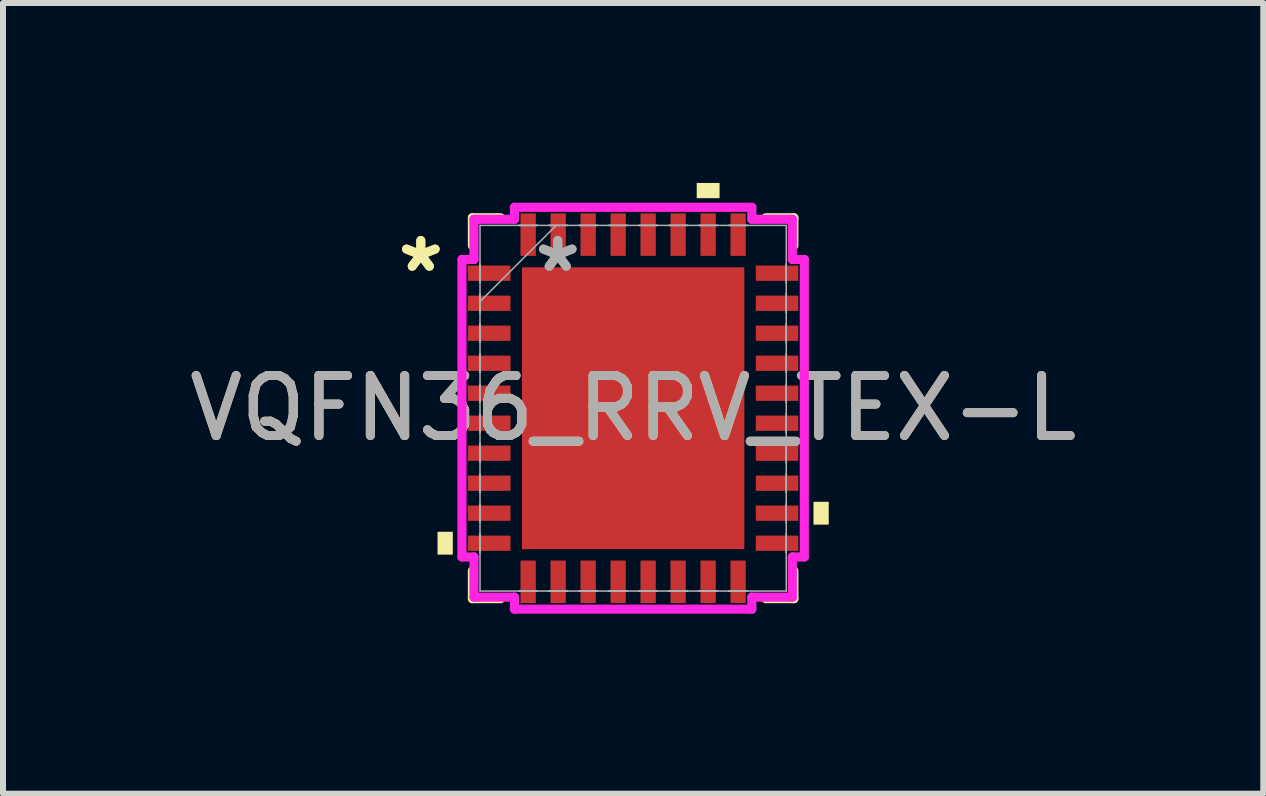
<source format=kicad_pcb>
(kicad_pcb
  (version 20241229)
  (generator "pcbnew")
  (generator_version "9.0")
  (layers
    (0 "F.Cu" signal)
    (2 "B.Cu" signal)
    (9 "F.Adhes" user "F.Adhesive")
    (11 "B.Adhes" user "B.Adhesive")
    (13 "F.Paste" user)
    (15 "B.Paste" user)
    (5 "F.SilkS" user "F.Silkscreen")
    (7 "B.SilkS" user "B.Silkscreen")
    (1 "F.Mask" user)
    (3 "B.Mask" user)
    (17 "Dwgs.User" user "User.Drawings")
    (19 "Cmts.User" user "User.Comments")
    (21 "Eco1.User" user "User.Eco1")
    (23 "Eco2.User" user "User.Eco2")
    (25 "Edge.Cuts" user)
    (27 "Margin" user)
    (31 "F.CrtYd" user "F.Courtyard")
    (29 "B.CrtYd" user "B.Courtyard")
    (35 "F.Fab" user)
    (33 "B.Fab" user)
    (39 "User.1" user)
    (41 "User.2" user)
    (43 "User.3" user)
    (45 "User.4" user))
  (footprint "VQFN36_RRV_TEX-L"
    (layer "F.Cu")
    (at 7.506 3.756)
    (property "Reference" "VQFN36_RRV_TEX-L" (at 0 0 0) (unlocked yes) (layer "F.SilkS") (effects (font (size 1 1) (thickness 0.15))))
    (attr smd)
    (fp_line (start -2.68 -3.175) (end -2.68 -2.711) (stroke (width 0.152) (type solid)) (layer "F.SilkS"))
    (fp_line (start -2.68 2.711) (end -2.68 3.175) (stroke (width 0.152) (type solid)) (layer "F.SilkS"))
    (fp_line (start -2.68 3.175) (end -2.211 3.175) (stroke (width 0.152) (type solid)) (layer "F.SilkS"))
    (fp_line (start -2.211 -3.175) (end -2.68 -3.175) (stroke (width 0.152) (type solid)) (layer "F.SilkS"))
    (fp_line (start 2.211 3.175) (end 2.68 3.175) (stroke (width 0.152) (type solid)) (layer "F.SilkS"))
    (fp_line (start 2.68 -3.175) (end 2.211 -3.175) (stroke (width 0.152) (type solid)) (layer "F.SilkS"))
    (fp_line (start 2.68 -2.711) (end 2.68 -3.175) (stroke (width 0.152) (type solid)) (layer "F.SilkS"))
    (fp_line (start 2.68 3.175) (end 2.68 2.711) (stroke (width 0.152) (type solid)) (layer "F.SilkS"))
    (fp_poly (pts (xy -3.261 2.06) (xy -3.261 2.441) (xy -3.007 2.441) (xy -3.007 2.06)) (stroke (width 0) (type solid)) (fill yes) (layer "F.SilkS"))
    (fp_poly (pts (xy 1.06 -3.502) (xy 1.06 -3.756) (xy 1.441 -3.756) (xy 1.441 -3.502)) (stroke (width 0) (type solid)) (fill yes) (layer "F.SilkS"))
    (fp_poly (pts (xy 3.261 1.56) (xy 3.261 1.941) (xy 3.007 1.941) (xy 3.007 1.56)) (stroke (width 0) (type solid)) (fill yes) (layer "F.SilkS"))
    (fp_line (start -2.854 -2.48) (end -2.654 -2.48) (stroke (width 0.152) (type solid)) (layer "F.CrtYd"))
    (fp_line (start -2.854 2.48) (end -2.854 -2.48) (stroke (width 0.152) (type solid)) (layer "F.CrtYd"))
    (fp_line (start -2.654 -3.15) (end -1.979 -3.15) (stroke (width 0.152) (type solid)) (layer "F.CrtYd"))
    (fp_line (start -2.654 -2.48) (end -2.654 -3.15) (stroke (width 0.152) (type solid)) (layer "F.CrtYd"))
    (fp_line (start -2.654 2.48) (end -2.854 2.48) (stroke (width 0.152) (type solid)) (layer "F.CrtYd"))
    (fp_line (start -2.654 3.15) (end -2.654 2.48) (stroke (width 0.152) (type solid)) (layer "F.CrtYd"))
    (fp_line (start -1.979 -3.35) (end 1.979 -3.35) (stroke (width 0.152) (type solid)) (layer "F.CrtYd"))
    (fp_line (start -1.979 -3.15) (end -1.979 -3.35) (stroke (width 0.152) (type solid)) (layer "F.CrtYd"))
    (fp_line (start -1.979 3.15) (end -2.654 3.15) (stroke (width 0.152) (type solid)) (layer "F.CrtYd"))
    (fp_line (start -1.979 3.35) (end -1.979 3.15) (stroke (width 0.152) (type solid)) (layer "F.CrtYd"))
    (fp_line (start 1.979 -3.35) (end 1.979 -3.15) (stroke (width 0.152) (type solid)) (layer "F.CrtYd"))
    (fp_line (start 1.979 -3.15) (end 2.654 -3.15) (stroke (width 0.152) (type solid)) (layer "F.CrtYd"))
    (fp_line (start 1.979 3.15) (end 1.979 3.35) (stroke (width 0.152) (type solid)) (layer "F.CrtYd"))
    (fp_line (start 1.979 3.35) (end -1.979 3.35) (stroke (width 0.152) (type solid)) (layer "F.CrtYd"))
    (fp_line (start 2.654 -3.15) (end 2.654 -2.48) (stroke (width 0.152) (type solid)) (layer "F.CrtYd"))
    (fp_line (start 2.654 -2.48) (end 2.854 -2.48) (stroke (width 0.152) (type solid)) (layer "F.CrtYd"))
    (fp_line (start 2.654 2.48) (end 2.654 3.15) (stroke (width 0.152) (type solid)) (layer "F.CrtYd"))
    (fp_line (start 2.654 3.15) (end 1.979 3.15) (stroke (width 0.152) (type solid)) (layer "F.CrtYd"))
    (fp_line (start 2.854 -2.48) (end 2.854 2.48) (stroke (width 0.152) (type solid)) (layer "F.CrtYd"))
    (fp_line (start 2.854 2.48) (end 2.654 2.48) (stroke (width 0.152) (type solid)) (layer "F.CrtYd"))
    (fp_line (start -2.553 -3.048) (end -2.553 3.048) (stroke (width 0.025) (type solid)) (layer "F.Fab"))
    (fp_line (start -2.553 -2.403) (end -2.553 -2.403) (stroke (width 0.025) (type solid)) (layer "F.Fab"))
    (fp_line (start -2.553 -2.403) (end -2.553 -2.098) (stroke (width 0.025) (type solid)) (layer "F.Fab"))
    (fp_line (start -2.553 -2.098) (end -2.553 -2.403) (stroke (width 0.025) (type solid)) (layer "F.Fab"))
    (fp_line (start -2.553 -2.098) (end -2.553 -2.098) (stroke (width 0.025) (type solid)) (layer "F.Fab"))
    (fp_line (start -2.553 -1.903) (end -2.553 -1.903) (stroke (width 0.025) (type solid)) (layer "F.Fab"))
    (fp_line (start -2.553 -1.903) (end -2.553 -1.598) (stroke (width 0.025) (type solid)) (layer "F.Fab"))
    (fp_line (start -2.553 -1.778) (end -1.283 -3.048) (stroke (width 0.025) (type solid)) (layer "F.Fab"))
    (fp_line (start -2.553 -1.598) (end -2.553 -1.903) (stroke (width 0.025) (type solid)) (layer "F.Fab"))
    (fp_line (start -2.553 -1.598) (end -2.553 -1.598) (stroke (width 0.025) (type solid)) (layer "F.Fab"))
    (fp_line (start -2.553 -1.403) (end -2.553 -1.403) (stroke (width 0.025) (type solid)) (layer "F.Fab"))
    (fp_line (start -2.553 -1.403) (end -2.553 -1.098) (stroke (width 0.025) (type solid)) (layer "F.Fab"))
    (fp_line (start -2.553 -1.098) (end -2.553 -1.403) (stroke (width 0.025) (type solid)) (layer "F.Fab"))
    (fp_line (start -2.553 -1.098) (end -2.553 -1.098) (stroke (width 0.025) (type solid)) (layer "F.Fab"))
    (fp_line (start -2.553 -0.903) (end -2.553 -0.903) (stroke (width 0.025) (type solid)) (layer "F.Fab"))
    (fp_line (start -2.553 -0.903) (end -2.553 -0.598) (stroke (width 0.025) (type solid)) (layer "F.Fab"))
    (fp_line (start -2.553 -0.598) (end -2.553 -0.903) (stroke (width 0.025) (type solid)) (layer "F.Fab"))
    (fp_line (start -2.553 -0.598) (end -2.553 -0.598) (stroke (width 0.025) (type solid)) (layer "F.Fab"))
    (fp_line (start -2.553 -0.402) (end -2.553 -0.402) (stroke (width 0.025) (type solid)) (layer "F.Fab"))
    (fp_line (start -2.553 -0.402) (end -2.553 -0.098) (stroke (width 0.025) (type solid)) (layer "F.Fab"))
    (fp_line (start -2.553 -0.098) (end -2.553 -0.402) (stroke (width 0.025) (type solid)) (layer "F.Fab"))
    (fp_line (start -2.553 -0.098) (end -2.553 -0.098) (stroke (width 0.025) (type solid)) (layer "F.Fab"))
    (fp_line (start -2.553 0.098) (end -2.553 0.098) (stroke (width 0.025) (type solid)) (layer "F.Fab"))
    (fp_line (start -2.553 0.098) (end -2.553 0.402) (stroke (width 0.025) (type solid)) (layer "F.Fab"))
    (fp_line (start -2.553 0.402) (end -2.553 0.098) (stroke (width 0.025) (type solid)) (layer "F.Fab"))
    (fp_line (start -2.553 0.402) (end -2.553 0.402) (stroke (width 0.025) (type solid)) (layer "F.Fab"))
    (fp_line (start -2.553 0.598) (end -2.553 0.598) (stroke (width 0.025) (type solid)) (layer "F.Fab"))
    (fp_line (start -2.553 0.598) (end -2.553 0.903) (stroke (width 0.025) (type solid)) (layer "F.Fab"))
    (fp_line (start -2.553 0.903) (end -2.553 0.598) (stroke (width 0.025) (type solid)) (layer "F.Fab"))
    (fp_line (start -2.553 0.903) (end -2.553 0.903) (stroke (width 0.025) (type solid)) (layer "F.Fab"))
    (fp_line (start -2.553 1.098) (end -2.553 1.098) (stroke (width 0.025) (type solid)) (layer "F.Fab"))
    (fp_line (start -2.553 1.098) (end -2.553 1.403) (stroke (width 0.025) (type solid)) (layer "F.Fab"))
    (fp_line (start -2.553 1.403) (end -2.553 1.098) (stroke (width 0.025) (type solid)) (layer "F.Fab"))
    (fp_line (start -2.553 1.403) (end -2.553 1.403) (stroke (width 0.025) (type solid)) (layer "F.Fab"))
    (fp_line (start -2.553 1.598) (end -2.553 1.598) (stroke (width 0.025) (type solid)) (layer "F.Fab"))
    (fp_line (start -2.553 1.598) (end -2.553 1.903) (stroke (width 0.025) (type solid)) (layer "F.Fab"))
    (fp_line (start -2.553 1.903) (end -2.553 1.598) (stroke (width 0.025) (type solid)) (layer "F.Fab"))
    (fp_line (start -2.553 1.903) (end -2.553 1.903) (stroke (width 0.025) (type solid)) (layer "F.Fab"))
    (fp_line (start -2.553 2.098) (end -2.553 2.098) (stroke (width 0.025) (type solid)) (layer "F.Fab"))
    (fp_line (start -2.553 2.098) (end -2.553 2.403) (stroke (width 0.025) (type solid)) (layer "F.Fab"))
    (fp_line (start -2.553 2.403) (end -2.553 2.098) (stroke (width 0.025) (type solid)) (layer "F.Fab"))
    (fp_line (start -2.553 2.403) (end -2.553 2.403) (stroke (width 0.025) (type solid)) (layer "F.Fab"))
    (fp_line (start -2.553 3.048) (end 2.553 3.048) (stroke (width 0.025) (type solid)) (layer "F.Fab"))
    (fp_line (start -1.903 -3.048) (end -1.903 -3.048) (stroke (width 0.025) (type solid)) (layer "F.Fab"))
    (fp_line (start -1.903 -3.048) (end -1.598 -3.048) (stroke (width 0.025) (type solid)) (layer "F.Fab"))
    (fp_line (start -1.903 3.048) (end -1.903 3.048) (stroke (width 0.025) (type solid)) (layer "F.Fab"))
    (fp_line (start -1.903 3.048) (end -1.598 3.048) (stroke (width 0.025) (type solid)) (layer "F.Fab"))
    (fp_line (start -1.598 -3.048) (end -1.903 -3.048) (stroke (width 0.025) (type solid)) (layer "F.Fab"))
    (fp_line (start -1.598 -3.048) (end -1.598 -3.048) (stroke (width 0.025) (type solid)) (layer "F.Fab"))
    (fp_line (start -1.598 3.048) (end -1.903 3.048) (stroke (width 0.025) (type solid)) (layer "F.Fab"))
    (fp_line (start -1.598 3.048) (end -1.598 3.048) (stroke (width 0.025) (type solid)) (layer "F.Fab"))
    (fp_line (start -1.403 -3.048) (end -1.403 -3.048) (stroke (width 0.025) (type solid)) (layer "F.Fab"))
    (fp_line (start -1.403 -3.048) (end -1.098 -3.048) (stroke (width 0.025) (type solid)) (layer "F.Fab"))
    (fp_line (start -1.403 3.048) (end -1.403 3.048) (stroke (width 0.025) (type solid)) (layer "F.Fab"))
    (fp_line (start -1.403 3.048) (end -1.098 3.048) (stroke (width 0.025) (type solid)) (layer "F.Fab"))
    (fp_line (start -1.098 -3.048) (end -1.403 -3.048) (stroke (width 0.025) (type solid)) (layer "F.Fab"))
    (fp_line (start -1.098 -3.048) (end -1.098 -3.048) (stroke (width 0.025) (type solid)) (layer "F.Fab"))
    (fp_line (start -1.098 3.048) (end -1.403 3.048) (stroke (width 0.025) (type solid)) (layer "F.Fab"))
    (fp_line (start -1.098 3.048) (end -1.098 3.048) (stroke (width 0.025) (type solid)) (layer "F.Fab"))
    (fp_line (start -0.903 -3.048) (end -0.903 -3.048) (stroke (width 0.025) (type solid)) (layer "F.Fab"))
    (fp_line (start -0.903 -3.048) (end -0.598 -3.048) (stroke (width 0.025) (type solid)) (layer "F.Fab"))
    (fp_line (start -0.903 3.048) (end -0.903 3.048) (stroke (width 0.025) (type solid)) (layer "F.Fab"))
    (fp_line (start -0.903 3.048) (end -0.598 3.048) (stroke (width 0.025) (type solid)) (layer "F.Fab"))
    (fp_line (start -0.598 -3.048) (end -0.903 -3.048) (stroke (width 0.025) (type solid)) (layer "F.Fab"))
    (fp_line (start -0.598 -3.048) (end -0.598 -3.048) (stroke (width 0.025) (type solid)) (layer "F.Fab"))
    (fp_line (start -0.598 3.048) (end -0.903 3.048) (stroke (width 0.025) (type solid)) (layer "F.Fab"))
    (fp_line (start -0.598 3.048) (end -0.598 3.048) (stroke (width 0.025) (type solid)) (layer "F.Fab"))
    (fp_line (start -0.402 -3.048) (end -0.402 -3.048) (stroke (width 0.025) (type solid)) (layer "F.Fab"))
    (fp_line (start -0.402 -3.048) (end -0.098 -3.048) (stroke (width 0.025) (type solid)) (layer "F.Fab"))
    (fp_line (start -0.402 3.048) (end -0.402 3.048) (stroke (width 0.025) (type solid)) (layer "F.Fab"))
    (fp_line (start -0.402 3.048) (end -0.098 3.048) (stroke (width 0.025) (type solid)) (layer "F.Fab"))
    (fp_line (start -0.098 -3.048) (end -0.402 -3.048) (stroke (width 0.025) (type solid)) (layer "F.Fab"))
    (fp_line (start -0.098 -3.048) (end -0.098 -3.048) (stroke (width 0.025) (type solid)) (layer "F.Fab"))
    (fp_line (start -0.098 3.048) (end -0.402 3.048) (stroke (width 0.025) (type solid)) (layer "F.Fab"))
    (fp_line (start -0.098 3.048) (end -0.098 3.048) (stroke (width 0.025) (type solid)) (layer "F.Fab"))
    (fp_line (start 0.098 -3.048) (end 0.098 -3.048) (stroke (width 0.025) (type solid)) (layer "F.Fab"))
    (fp_line (start 0.098 -3.048) (end 0.402 -3.048) (stroke (width 0.025) (type solid)) (layer "F.Fab"))
    (fp_line (start 0.098 3.048) (end 0.098 3.048) (stroke (width 0.025) (type solid)) (layer "F.Fab"))
    (fp_line (start 0.098 3.048) (end 0.402 3.048) (stroke (width 0.025) (type solid)) (layer "F.Fab"))
    (fp_line (start 0.402 -3.048) (end 0.098 -3.048) (stroke (width 0.025) (type solid)) (layer "F.Fab"))
    (fp_line (start 0.402 -3.048) (end 0.402 -3.048) (stroke (width 0.025) (type solid)) (layer "F.Fab"))
    (fp_line (start 0.402 3.048) (end 0.098 3.048) (stroke (width 0.025) (type solid)) (layer "F.Fab"))
    (fp_line (start 0.402 3.048) (end 0.402 3.048) (stroke (width 0.025) (type solid)) (layer "F.Fab"))
    (fp_line (start 0.598 -3.048) (end 0.598 -3.048) (stroke (width 0.025) (type solid)) (layer "F.Fab"))
    (fp_line (start 0.598 -3.048) (end 0.903 -3.048) (stroke (width 0.025) (type solid)) (layer "F.Fab"))
    (fp_line (start 0.598 3.048) (end 0.598 3.048) (stroke (width 0.025) (type solid)) (layer "F.Fab"))
    (fp_line (start 0.598 3.048) (end 0.903 3.048) (stroke (width 0.025) (type solid)) (layer "F.Fab"))
    (fp_line (start 0.903 -3.048) (end 0.598 -3.048) (stroke (width 0.025) (type solid)) (layer "F.Fab"))
    (fp_line (start 0.903 -3.048) (end 0.903 -3.048) (stroke (width 0.025) (type solid)) (layer "F.Fab"))
    (fp_line (start 0.903 3.048) (end 0.598 3.048) (stroke (width 0.025) (type solid)) (layer "F.Fab"))
    (fp_line (start 0.903 3.048) (end 0.903 3.048) (stroke (width 0.025) (type solid)) (layer "F.Fab"))
    (fp_line (start 1.098 -3.048) (end 1.098 -3.048) (stroke (width 0.025) (type solid)) (layer "F.Fab"))
    (fp_line (start 1.098 -3.048) (end 1.403 -3.048) (stroke (width 0.025) (type solid)) (layer "F.Fab"))
    (fp_line (start 1.098 3.048) (end 1.098 3.048) (stroke (width 0.025) (type solid)) (layer "F.Fab"))
    (fp_line (start 1.098 3.048) (end 1.403 3.048) (stroke (width 0.025) (type solid)) (layer "F.Fab"))
    (fp_line (start 1.403 -3.048) (end 1.098 -3.048) (stroke (width 0.025) (type solid)) (layer "F.Fab"))
    (fp_line (start 1.403 -3.048) (end 1.403 -3.048) (stroke (width 0.025) (type solid)) (layer "F.Fab"))
    (fp_line (start 1.403 3.048) (end 1.098 3.048) (stroke (width 0.025) (type solid)) (layer "F.Fab"))
    (fp_line (start 1.403 3.048) (end 1.403 3.048) (stroke (width 0.025) (type solid)) (layer "F.Fab"))
    (fp_line (start 1.598 -3.048) (end 1.598 -3.048) (stroke (width 0.025) (type solid)) (layer "F.Fab"))
    (fp_line (start 1.598 -3.048) (end 1.903 -3.048) (stroke (width 0.025) (type solid)) (layer "F.Fab"))
    (fp_line (start 1.598 3.048) (end 1.598 3.048) (stroke (width 0.025) (type solid)) (layer "F.Fab"))
    (fp_line (start 1.598 3.048) (end 1.903 3.048) (stroke (width 0.025) (type solid)) (layer "F.Fab"))
    (fp_line (start 1.903 -3.048) (end 1.598 -3.048) (stroke (width 0.025) (type solid)) (layer "F.Fab"))
    (fp_line (start 1.903 -3.048) (end 1.903 -3.048) (stroke (width 0.025) (type solid)) (layer "F.Fab"))
    (fp_line (start 1.903 3.048) (end 1.598 3.048) (stroke (width 0.025) (type solid)) (layer "F.Fab"))
    (fp_line (start 1.903 3.048) (end 1.903 3.048) (stroke (width 0.025) (type solid)) (layer "F.Fab"))
    (fp_line (start 2.553 -3.048) (end -2.553 -3.048) (stroke (width 0.025) (type solid)) (layer "F.Fab"))
    (fp_line (start 2.553 -2.403) (end 2.553 -2.403) (stroke (width 0.025) (type solid)) (layer "F.Fab"))
    (fp_line (start 2.553 -2.403) (end 2.553 -2.098) (stroke (width 0.025) (type solid)) (layer "F.Fab"))
    (fp_line (start 2.553 -2.098) (end 2.553 -2.403) (stroke (width 0.025) (type solid)) (layer "F.Fab"))
    (fp_line (start 2.553 -2.098) (end 2.553 -2.098) (stroke (width 0.025) (type solid)) (layer "F.Fab"))
    (fp_line (start 2.553 -1.903) (end 2.553 -1.903) (stroke (width 0.025) (type solid)) (layer "F.Fab"))
    (fp_line (start 2.553 -1.903) (end 2.553 -1.598) (stroke (width 0.025) (type solid)) (layer "F.Fab"))
    (fp_line (start 2.553 -1.598) (end 2.553 -1.903) (stroke (width 0.025) (type solid)) (layer "F.Fab"))
    (fp_line (start 2.553 -1.598) (end 2.553 -1.598) (stroke (width 0.025) (type solid)) (layer "F.Fab"))
    (fp_line (start 2.553 -1.403) (end 2.553 -1.403) (stroke (width 0.025) (type solid)) (layer "F.Fab"))
    (fp_line (start 2.553 -1.403) (end 2.553 -1.098) (stroke (width 0.025) (type solid)) (layer "F.Fab"))
    (fp_line (start 2.553 -1.098) (end 2.553 -1.403) (stroke (width 0.025) (type solid)) (layer "F.Fab"))
    (fp_line (start 2.553 -1.098) (end 2.553 -1.098) (stroke (width 0.025) (type solid)) (layer "F.Fab"))
    (fp_line (start 2.553 -0.903) (end 2.553 -0.903) (stroke (width 0.025) (type solid)) (layer "F.Fab"))
    (fp_line (start 2.553 -0.903) (end 2.553 -0.598) (stroke (width 0.025) (type solid)) (layer "F.Fab"))
    (fp_line (start 2.553 -0.598) (end 2.553 -0.903) (stroke (width 0.025) (type solid)) (layer "F.Fab"))
    (fp_line (start 2.553 -0.598) (end 2.553 -0.598) (stroke (width 0.025) (type solid)) (layer "F.Fab"))
    (fp_line (start 2.553 -0.402) (end 2.553 -0.402) (stroke (width 0.025) (type solid)) (layer "F.Fab"))
    (fp_line (start 2.553 -0.402) (end 2.553 -0.098) (stroke (width 0.025) (type solid)) (layer "F.Fab"))
    (fp_line (start 2.553 -0.098) (end 2.553 -0.402) (stroke (width 0.025) (type solid)) (layer "F.Fab"))
    (fp_line (start 2.553 -0.098) (end 2.553 -0.098) (stroke (width 0.025) (type solid)) (layer "F.Fab"))
    (fp_line (start 2.553 0.098) (end 2.553 0.098) (stroke (width 0.025) (type solid)) (layer "F.Fab"))
    (fp_line (start 2.553 0.098) (end 2.553 0.402) (stroke (width 0.025) (type solid)) (layer "F.Fab"))
    (fp_line (start 2.553 0.402) (end 2.553 0.098) (stroke (width 0.025) (type solid)) (layer "F.Fab"))
    (fp_line (start 2.553 0.402) (end 2.553 0.402) (stroke (width 0.025) (type solid)) (layer "F.Fab"))
    (fp_line (start 2.553 0.598) (end 2.553 0.598) (stroke (width 0.025) (type solid)) (layer "F.Fab"))
    (fp_line (start 2.553 0.598) (end 2.553 0.903) (stroke (width 0.025) (type solid)) (layer "F.Fab"))
    (fp_line (start 2.553 0.903) (end 2.553 0.598) (stroke (width 0.025) (type solid)) (layer "F.Fab"))
    (fp_line (start 2.553 0.903) (end 2.553 0.903) (stroke (width 0.025) (type solid)) (layer "F.Fab"))
    (fp_line (start 2.553 1.098) (end 2.553 1.098) (stroke (width 0.025) (type solid)) (layer "F.Fab"))
    (fp_line (start 2.553 1.098) (end 2.553 1.403) (stroke (width 0.025) (type solid)) (layer "F.Fab"))
    (fp_line (start 2.553 1.403) (end 2.553 1.098) (stroke (width 0.025) (type solid)) (layer "F.Fab"))
    (fp_line (start 2.553 1.403) (end 2.553 1.403) (stroke (width 0.025) (type solid)) (layer "F.Fab"))
    (fp_line (start 2.553 1.598) (end 2.553 1.598) (stroke (width 0.025) (type solid)) (layer "F.Fab"))
    (fp_line (start 2.553 1.598) (end 2.553 1.903) (stroke (width 0.025) (type solid)) (layer "F.Fab"))
    (fp_line (start 2.553 1.903) (end 2.553 1.598) (stroke (width 0.025) (type solid)) (layer "F.Fab"))
    (fp_line (start 2.553 1.903) (end 2.553 1.903) (stroke (width 0.025) (type solid)) (layer "F.Fab"))
    (fp_line (start 2.553 2.098) (end 2.553 2.098) (stroke (width 0.025) (type solid)) (layer "F.Fab"))
    (fp_line (start 2.553 2.098) (end 2.553 2.403) (stroke (width 0.025) (type solid)) (layer "F.Fab"))
    (fp_line (start 2.553 2.403) (end 2.553 2.098) (stroke (width 0.025) (type solid)) (layer "F.Fab"))
    (fp_line (start 2.553 2.403) (end 2.553 2.403) (stroke (width 0.025) (type solid)) (layer "F.Fab"))
    (fp_line (start 2.553 3.048) (end 2.553 -3.048) (stroke (width 0.025) (type solid)) (layer "F.Fab"))
    (fp_text user "*" (at -3.54 -2.251 0) (layer "F.SilkS") (effects (font (size 1 1) (thickness 0.15))))
    (fp_text user "*" (at -3.54 -2.251 0) (unlocked yes) (layer "F.SilkS") (effects (font (size 1 1) (thickness 0.15))))
    (fp_text user "${REFERENCE}" (at 0 0 0) (unlocked yes) (layer "F.Fab") (effects (font (size 1 1) (thickness 0.15))))
    (fp_text user "*" (at -1.257 -2.251 0) (layer "F.Fab") (effects (font (size 1 1) (thickness 0.15))))
    (fp_text user "*" (at -1.257 -2.251 0) (unlocked yes) (layer "F.Fab") (effects (font (size 1 1) (thickness 0.15))))
    (pad "1" smd rect (at -2.399 -2.251 90) (size 0.255 0.708) (layers "F.Cu" "F.Mask" "F.Paste"))
    (pad "2" smd rect (at -2.399 -1.75 90) (size 0.255 0.708) (layers "F.Cu" "F.Mask" "F.Paste"))
    (pad "3" smd rect (at -2.399 -1.25 90) (size 0.255 0.708) (layers "F.Cu" "F.Mask" "F.Paste"))
    (pad "4" smd rect (at -2.399 -0.75 90) (size 0.255 0.708) (layers "F.Cu" "F.Mask" "F.Paste"))
    (pad "5" smd rect (at -2.399 -0.25 90) (size 0.255 0.708) (layers "F.Cu" "F.Mask" "F.Paste"))
    (pad "6" smd rect (at -2.399 0.25 90) (size 0.255 0.708) (layers "F.Cu" "F.Mask" "F.Paste"))
    (pad "7" smd rect (at -2.399 0.75 90) (size 0.255 0.708) (layers "F.Cu" "F.Mask" "F.Paste"))
    (pad "8" smd rect (at -2.399 1.25 90) (size 0.255 0.708) (layers "F.Cu" "F.Mask" "F.Paste"))
    (pad "9" smd rect (at -2.399 1.75 90) (size 0.255 0.708) (layers "F.Cu" "F.Mask" "F.Paste"))
    (pad "10" smd rect (at -2.399 2.251 90) (size 0.255 0.708) (layers "F.Cu" "F.Mask" "F.Paste"))
    (pad "11" smd rect (at -1.75 2.894) (size 0.255 0.708) (layers "F.Cu" "F.Mask" "F.Paste"))
    (pad "12" smd rect (at -1.25 2.894) (size 0.255 0.708) (layers "F.Cu" "F.Mask" "F.Paste"))
    (pad "13" smd rect (at -0.75 2.894) (size 0.255 0.708) (layers "F.Cu" "F.Mask" "F.Paste"))
    (pad "14" smd rect (at -0.25 2.894) (size 0.255 0.708) (layers "F.Cu" "F.Mask" "F.Paste"))
    (pad "15" smd rect (at 0.25 2.894) (size 0.255 0.708) (layers "F.Cu" "F.Mask" "F.Paste"))
    (pad "16" smd rect (at 0.75 2.894) (size 0.255 0.708) (layers "F.Cu" "F.Mask" "F.Paste"))
    (pad "17" smd rect (at 1.25 2.894) (size 0.255 0.708) (layers "F.Cu" "F.Mask" "F.Paste"))
    (pad "18" smd rect (at 1.75 2.894) (size 0.255 0.708) (layers "F.Cu" "F.Mask" "F.Paste"))
    (pad "19" smd rect (at 2.399 2.251 90) (size 0.255 0.708) (layers "F.Cu" "F.Mask" "F.Paste"))
    (pad "20" smd rect (at 2.399 1.75 90) (size 0.255 0.708) (layers "F.Cu" "F.Mask" "F.Paste"))
    (pad "21" smd rect (at 2.399 1.25 90) (size 0.255 0.708) (layers "F.Cu" "F.Mask" "F.Paste"))
    (pad "22" smd rect (at 2.399 0.75 90) (size 0.255 0.708) (layers "F.Cu" "F.Mask" "F.Paste"))
    (pad "23" smd rect (at 2.399 0.25 90) (size 0.255 0.708) (layers "F.Cu" "F.Mask" "F.Paste"))
    (pad "24" smd rect (at 2.399 -0.25 90) (size 0.255 0.708) (layers "F.Cu" "F.Mask" "F.Paste"))
    (pad "25" smd rect (at 2.399 -0.75 90) (size 0.255 0.708) (layers "F.Cu" "F.Mask" "F.Paste"))
    (pad "26" smd rect (at 2.399 -1.25 90) (size 0.255 0.708) (layers "F.Cu" "F.Mask" "F.Paste"))
    (pad "27" smd rect (at 2.399 -1.75 90) (size 0.255 0.708) (layers "F.Cu" "F.Mask" "F.Paste"))
    (pad "28" smd rect (at 2.399 -2.251 90) (size 0.255 0.708) (layers "F.Cu" "F.Mask" "F.Paste"))
    (pad "29" smd rect (at 1.75 -2.894) (size 0.255 0.708) (layers "F.Cu" "F.Mask" "F.Paste"))
    (pad "30" smd rect (at 1.25 -2.894) (size 0.255 0.708) (layers "F.Cu" "F.Mask" "F.Paste"))
    (pad "31" smd rect (at 0.75 -2.894) (size 0.255 0.708) (layers "F.Cu" "F.Mask" "F.Paste"))
    (pad "32" smd rect (at 0.25 -2.894) (size 0.255 0.708) (layers "F.Cu" "F.Mask" "F.Paste"))
    (pad "33" smd rect (at -0.25 -2.894) (size 0.255 0.708) (layers "F.Cu" "F.Mask" "F.Paste"))
    (pad "34" smd rect (at -0.75 -2.894) (size 0.255 0.708) (layers "F.Cu" "F.Mask" "F.Paste"))
    (pad "35" smd rect (at -1.25 -2.894) (size 0.255 0.708) (layers "F.Cu" "F.Mask" "F.Paste"))
    (pad "36" smd rect (at -1.75 -2.894) (size 0.255 0.708) (layers "F.Cu" "F.Mask" "F.Paste"))
    (pad "37" smd rect (at 0 0) (size 3.708 4.699) (layers "F.Cu" "F.Mask" "F.Paste")))
  (gr_rect
    (start -3 -3)
    (end 18.012 10.182)
    (stroke (width 0.1) (type default))
    (fill no)
    (layer "Edge.Cuts")))
</source>
